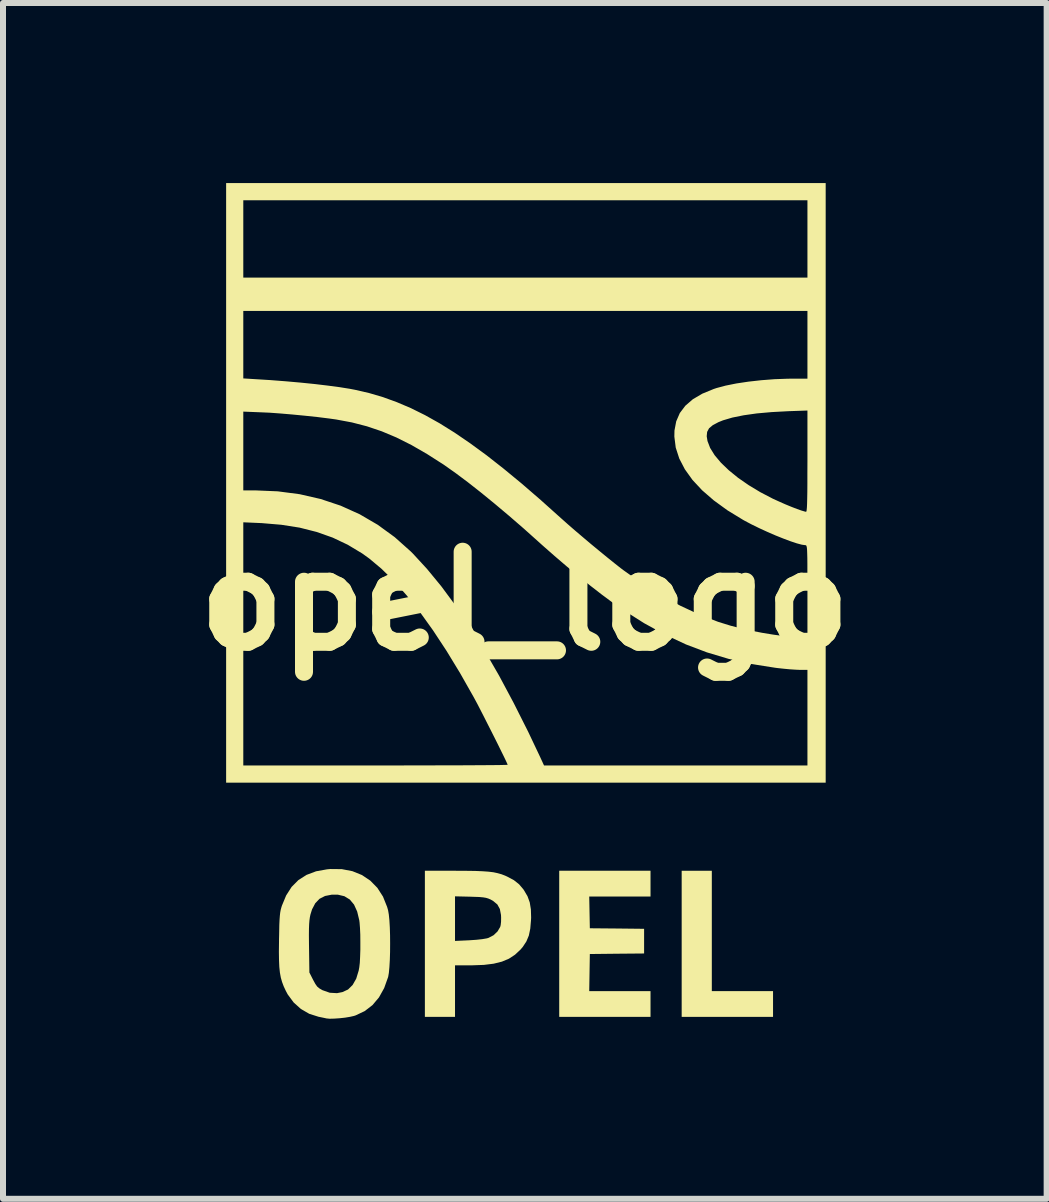
<source format=kicad_pcb>
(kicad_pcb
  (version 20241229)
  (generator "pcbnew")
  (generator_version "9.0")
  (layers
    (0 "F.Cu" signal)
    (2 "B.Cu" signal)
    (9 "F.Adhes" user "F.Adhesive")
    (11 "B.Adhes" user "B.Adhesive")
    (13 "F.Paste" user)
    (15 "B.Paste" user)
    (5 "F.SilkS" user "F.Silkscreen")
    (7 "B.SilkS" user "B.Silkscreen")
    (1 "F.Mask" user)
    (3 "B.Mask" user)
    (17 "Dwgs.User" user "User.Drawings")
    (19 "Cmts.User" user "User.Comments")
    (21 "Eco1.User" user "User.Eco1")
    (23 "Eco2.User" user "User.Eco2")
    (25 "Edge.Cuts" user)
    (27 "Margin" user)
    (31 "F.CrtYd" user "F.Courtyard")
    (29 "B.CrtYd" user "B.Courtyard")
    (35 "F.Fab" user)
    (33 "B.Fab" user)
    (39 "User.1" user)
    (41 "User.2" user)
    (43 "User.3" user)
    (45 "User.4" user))
  (footprint "opel_logo"
    (layer "F.Cu")
    (at 5.693 6.963)
    (property "Reference" "opel_logo" (at 0 0 0) (layer "F.SilkS") (effects (font (size 1.5 1.5) (thickness 0.3))))
    (attr board_only exclude_from_pos_files exclude_from_bom)
    (fp_poly (pts (xy 3.115 5.495) (xy 3.115 6.498) (xy 3.625 6.498) (xy 4.135 6.498) (xy 4.135 6.712) (xy 4.135 6.927) (xy 3.374 6.927) (xy 2.613 6.927) (xy 2.613 5.71) (xy 2.613 4.493) (xy 2.864 4.493) (xy 3.115 4.493)) (stroke (width 0) (type solid)) (fill yes) (layer "F.SilkS"))
    (fp_poly (pts (xy 2.094 4.708) (xy 2.094 4.922) (xy 1.584 4.922) (xy 1.073 4.922) (xy 1.078 5.187) (xy 1.083 5.451) (xy 1.535 5.455) (xy 1.987 5.46) (xy 1.987 5.665) (xy 1.987 5.871) (xy 1.535 5.875) (xy 1.083 5.88) (xy 1.078 6.189) (xy 1.073 6.498) (xy 1.584 6.498) (xy 2.094 6.498) (xy 2.094 6.712) (xy 2.094 6.927) (xy 1.334 6.927) (xy 0.573 6.927) (xy 0.573 5.71) (xy 0.573 4.493) (xy 1.334 4.493) (xy 2.094 4.493)) (stroke (width 0) (type solid)) (fill yes) (layer "F.SilkS"))
    (fp_poly (pts (xy -1.15 4.493) (xy -0.972 4.494) (xy -0.825 4.496) (xy -0.705 4.501) (xy -0.606 4.508) (xy -0.523 4.518) (xy -0.453 4.533) (xy -0.389 4.551) (xy -0.329 4.574) (xy -0.294 4.59) (xy -0.183 4.649) (xy -0.096 4.718) (xy -0.023 4.804) (xy -0.012 4.821) (xy 0.045 4.918) (xy 0.082 5.02) (xy 0.101 5.136) (xy 0.105 5.273) (xy 0.103 5.314) (xy 0.091 5.456) (xy 0.067 5.572) (xy 0.026 5.67) (xy -0.033 5.76) (xy -0.071 5.805) (xy -0.163 5.891) (xy -0.265 5.958) (xy -0.382 6.007) (xy -0.519 6.041) (xy -0.681 6.061) (xy -0.872 6.068) (xy -0.889 6.068) (xy -1.163 6.068) (xy -1.163 6.498) (xy -1.163 6.927) (xy -1.414 6.927) (xy -1.665 6.927) (xy -1.665 5.71) (xy -1.665 5.291) (xy -1.163 5.291) (xy -1.163 5.662) (xy -0.926 5.651) (xy -0.809 5.643) (xy -0.708 5.632) (xy -0.632 5.619) (xy -0.605 5.611) (xy -0.521 5.567) (xy -0.454 5.503) (xy -0.41 5.428) (xy -0.402 5.397) (xy -0.396 5.342) (xy -0.395 5.271) (xy -0.397 5.229) (xy -0.416 5.13) (xy -0.458 5.054) (xy -0.529 4.995) (xy -0.568 4.973) (xy -0.607 4.956) (xy -0.647 4.944) (xy -0.695 4.936) (xy -0.761 4.93) (xy -0.85 4.927) (xy -0.908 4.925) (xy -1.163 4.919) (xy -1.163 5.291) (xy -1.665 5.291) (xy -1.665 4.493)) (stroke (width 0) (type solid)) (fill yes) (layer "F.SilkS"))
    (fp_poly (pts (xy -3.048 4.466) (xy -2.872 4.5) (xy -2.714 4.564) (xy -2.575 4.657) (xy -2.457 4.777) (xy -2.363 4.923) (xy -2.294 5.095) (xy -2.278 5.151) (xy -2.266 5.22) (xy -2.256 5.318) (xy -2.249 5.437) (xy -2.245 5.569) (xy -2.244 5.709) (xy -2.245 5.848) (xy -2.249 5.98) (xy -2.256 6.098) (xy -2.265 6.194) (xy -2.277 6.263) (xy -2.278 6.265) (xy -2.343 6.447) (xy -2.43 6.603) (xy -2.538 6.731) (xy -2.668 6.831) (xy -2.818 6.902) (xy -2.845 6.911) (xy -2.911 6.926) (xy -2.995 6.94) (xy -3.087 6.95) (xy -3.176 6.956) (xy -3.251 6.958) (xy -3.303 6.953) (xy -3.34 6.945) (xy -3.397 6.933) (xy -3.437 6.925) (xy -3.591 6.876) (xy -3.73 6.796) (xy -3.851 6.687) (xy -3.95 6.553) (xy -3.982 6.493) (xy -4.017 6.418) (xy -4.044 6.346) (xy -4.065 6.272) (xy -4.08 6.19) (xy -4.09 6.094) (xy -4.095 5.981) (xy -4.097 5.843) (xy -4.095 5.675) (xy -4.095 5.647) (xy -4.093 5.562) (xy -3.597 5.562) (xy -3.596 5.692) (xy -3.595 5.763) (xy -3.589 6.188) (xy -3.526 6.312) (xy -3.49 6.378) (xy -3.459 6.422) (xy -3.422 6.453) (xy -3.37 6.483) (xy -3.366 6.484) (xy -3.25 6.525) (xy -3.129 6.532) (xy -3.038 6.514) (xy -2.945 6.471) (xy -2.869 6.396) (xy -2.809 6.291) (xy -2.768 6.157) (xy -2.758 6.103) (xy -2.749 6.027) (xy -2.744 5.926) (xy -2.74 5.807) (xy -2.74 5.682) (xy -2.741 5.558) (xy -2.746 5.446) (xy -2.753 5.355) (xy -2.758 5.317) (xy -2.793 5.172) (xy -2.845 5.057) (xy -2.916 4.972) (xy -3.006 4.917) (xy -3.116 4.891) (xy -3.215 4.891) (xy -3.328 4.913) (xy -3.42 4.96) (xy -3.491 5.034) (xy -3.545 5.137) (xy -3.572 5.224) (xy -3.581 5.268) (xy -3.588 5.319) (xy -3.593 5.381) (xy -3.596 5.46) (xy -3.597 5.562) (xy -4.093 5.562) (xy -4.092 5.506) (xy -4.09 5.395) (xy -4.086 5.309) (xy -4.081 5.242) (xy -4.075 5.189) (xy -4.067 5.145) (xy -4.056 5.104) (xy -4.047 5.075) (xy -3.976 4.904) (xy -3.885 4.762) (xy -3.772 4.648) (xy -3.637 4.562) (xy -3.478 4.502) (xy -3.295 4.469) (xy -3.24 4.464)) (stroke (width 0) (type solid)) (fill yes) (layer "F.SilkS"))
    (fp_poly (pts (xy 5.012 -1.969) (xy 5.012 3.025) (xy 0.018 3.025) (xy -4.976 3.025) (xy -4.976 0.713) (xy -4.69 0.713) (xy -4.69 2.739) (xy -2.488 2.739) (xy -2.211 2.739) (xy -1.943 2.738) (xy -1.688 2.738) (xy -1.447 2.737) (xy -1.223 2.737) (xy -1.018 2.736) (xy -0.833 2.735) (xy -0.672 2.734) (xy -0.536 2.733) (xy -0.427 2.732) (xy -0.348 2.73) (xy -0.3 2.729) (xy -0.286 2.728) (xy -0.294 2.707) (xy -0.316 2.659) (xy -0.35 2.588) (xy -0.394 2.499) (xy -0.445 2.395) (xy -0.502 2.281) (xy -0.562 2.162) (xy -0.623 2.042) (xy -0.682 1.925) (xy -0.738 1.816) (xy -0.788 1.719) (xy -0.831 1.639) (xy -0.851 1.602) (xy -1.08 1.198) (xy -1.306 0.827) (xy -1.53 0.487) (xy -1.75 0.18) (xy -1.967 -0.093) (xy -2.179 -0.333) (xy -2.388 -0.538) (xy -2.592 -0.709) (xy -2.709 -0.793) (xy -2.95 -0.938) (xy -3.201 -1.057) (xy -3.467 -1.151) (xy -3.751 -1.223) (xy -4.057 -1.271) (xy -4.389 -1.299) (xy -4.417 -1.3) (xy -4.69 -1.312) (xy -4.69 0.713) (xy -4.976 0.713) (xy -4.976 -1.969) (xy -4.976 -2.5) (xy -4.69 -2.5) (xy -4.69 -1.844) (xy -4.497 -1.844) (xy -4.116 -1.828) (xy -3.75 -1.78) (xy -3.401 -1.7) (xy -3.068 -1.589) (xy -2.751 -1.446) (xy -2.451 -1.271) (xy -2.168 -1.065) (xy -1.902 -0.828) (xy -1.864 -0.79) (xy -1.63 -0.536) (xy -1.393 -0.248) (xy -1.154 0.075) (xy -0.913 0.432) (xy -0.672 0.821) (xy -0.429 1.242) (xy -0.187 1.695) (xy 0.056 2.178) (xy 0.252 2.591) (xy 0.32 2.739) (xy 2.514 2.739) (xy 4.708 2.739) (xy 4.708 1.942) (xy 4.708 1.146) (xy 4.574 1.146) (xy 4.507 1.143) (xy 4.416 1.137) (xy 4.31 1.127) (xy 4.2 1.115) (xy 4.164 1.11) (xy 3.77 1.048) (xy 3.395 0.963) (xy 3.034 0.855) (xy 2.683 0.722) (xy 2.336 0.56) (xy 1.988 0.369) (xy 1.634 0.145) (xy 1.602 0.124) (xy 1.452 0.018) (xy 1.281 -0.109) (xy 1.094 -0.254) (xy 0.898 -0.412) (xy 0.695 -0.58) (xy 0.492 -0.754) (xy 0.292 -0.93) (xy 0.231 -0.985) (xy -0.018 -1.208) (xy -0.264 -1.421) (xy -0.503 -1.622) (xy -0.732 -1.809) (xy -0.947 -1.978) (xy -1.146 -2.127) (xy -1.324 -2.253) (xy -1.351 -2.272) (xy -1.628 -2.449) (xy -1.888 -2.599) (xy -2.139 -2.725) (xy -2.384 -2.828) (xy -2.63 -2.911) (xy -2.881 -2.976) (xy -3.144 -3.025) (xy -3.258 -3.041) (xy -3.458 -3.066) (xy -3.666 -3.088) (xy -3.874 -3.108) (xy -4.073 -3.125) (xy -4.253 -3.138) (xy -4.39 -3.144) (xy -4.69 -3.156) (xy -4.69 -2.5) (xy -4.976 -2.5) (xy -4.976 -4.271) (xy -4.69 -4.271) (xy -4.69 -3.709) (xy -4.497 -3.697) (xy -4.238 -3.681) (xy -3.981 -3.661) (xy -3.733 -3.639) (xy -3.497 -3.615) (xy -3.279 -3.589) (xy -3.084 -3.563) (xy -2.916 -3.536) (xy -2.827 -3.519) (xy -2.593 -3.465) (xy -2.362 -3.397) (xy -2.131 -3.313) (xy -1.898 -3.214) (xy -1.662 -3.097) (xy -1.419 -2.961) (xy -1.169 -2.805) (xy -0.91 -2.628) (xy -0.638 -2.429) (xy -0.354 -2.206) (xy -0.053 -1.958) (xy 0.264 -1.684) (xy 0.601 -1.382) (xy 0.626 -1.36) (xy 0.719 -1.277) (xy 0.833 -1.178) (xy 0.96 -1.07) (xy 1.096 -0.955) (xy 1.234 -0.841) (xy 1.367 -0.732) (xy 1.49 -0.633) (xy 1.595 -0.55) (xy 1.647 -0.511) (xy 1.952 -0.294) (xy 2.267 -0.098) (xy 2.587 0.076) (xy 2.906 0.225) (xy 3.22 0.346) (xy 3.43 0.411) (xy 3.592 0.453) (xy 3.769 0.493) (xy 3.954 0.529) (xy 4.137 0.559) (xy 4.311 0.583) (xy 4.467 0.6) (xy 4.596 0.607) (xy 4.708 0.609) (xy 4.708 -0.161) (xy 4.708 -0.347) (xy 4.707 -0.5) (xy 4.707 -0.624) (xy 4.706 -0.722) (xy 4.704 -0.796) (xy 4.702 -0.85) (xy 4.699 -0.887) (xy 4.694 -0.911) (xy 4.689 -0.924) (xy 4.682 -0.93) (xy 4.674 -0.931) (xy 4.672 -0.931) (xy 4.615 -0.939) (xy 4.532 -0.961) (xy 4.427 -0.996) (xy 4.307 -1.041) (xy 4.177 -1.093) (xy 4.041 -1.152) (xy 3.906 -1.214) (xy 3.777 -1.277) (xy 3.658 -1.34) (xy 3.635 -1.353) (xy 3.375 -1.512) (xy 3.148 -1.677) (xy 2.954 -1.845) (xy 2.793 -2.018) (xy 2.666 -2.195) (xy 2.573 -2.374) (xy 2.514 -2.556) (xy 2.491 -2.739) (xy 2.491 -2.746) (xy 3.03 -2.746) (xy 3.043 -2.666) (xy 3.087 -2.551) (xy 3.162 -2.43) (xy 3.267 -2.305) (xy 3.398 -2.179) (xy 3.553 -2.053) (xy 3.729 -1.931) (xy 3.923 -1.814) (xy 4.132 -1.705) (xy 4.233 -1.659) (xy 4.339 -1.612) (xy 4.441 -1.57) (xy 4.534 -1.534) (xy 4.611 -1.507) (xy 4.666 -1.491) (xy 4.685 -1.487) (xy 4.691 -1.494) (xy 4.695 -1.516) (xy 4.699 -1.557) (xy 4.702 -1.619) (xy 4.704 -1.704) (xy 4.706 -1.815) (xy 4.707 -1.954) (xy 4.707 -2.124) (xy 4.708 -2.328) (xy 4.708 -2.33) (xy 4.708 -3.174) (xy 4.39 -3.163) (xy 4.113 -3.148) (xy 3.865 -3.126) (xy 3.646 -3.095) (xy 3.458 -3.057) (xy 3.302 -3.011) (xy 3.225 -2.98) (xy 3.131 -2.93) (xy 3.069 -2.878) (xy 3.037 -2.818) (xy 3.03 -2.746) (xy 2.491 -2.746) (xy 2.493 -2.841) (xy 2.522 -2.994) (xy 2.582 -3.132) (xy 2.674 -3.254) (xy 2.799 -3.362) (xy 2.957 -3.455) (xy 3.147 -3.533) (xy 3.195 -3.549) (xy 3.345 -3.589) (xy 3.524 -3.625) (xy 3.724 -3.655) (xy 3.938 -3.679) (xy 4.158 -3.696) (xy 4.378 -3.704) (xy 4.478 -3.705) (xy 4.708 -3.705) (xy 4.708 -4.269) (xy 4.708 -4.833) (xy 0.009 -4.833) (xy -4.69 -4.833) (xy -4.69 -4.271) (xy -4.976 -4.271) (xy -4.976 -6.032) (xy -4.69 -6.032) (xy -4.69 -5.388) (xy 0.009 -5.388) (xy 4.708 -5.388) (xy 4.708 -6.032) (xy 4.708 -6.677) (xy 0.009 -6.677) (xy -4.69 -6.677) (xy -4.69 -6.032) (xy -4.976 -6.032) (xy -4.976 -6.963) (xy 0.018 -6.963) (xy 5.012 -6.963)) (stroke (width 0) (type solid)) (fill yes) (layer "F.SilkS")))
  (gr_rect
    (start -3 -3)
    (end 14.386 16.921)
    (stroke (width 0.1) (type default))
    (fill no)
    (layer "Edge.Cuts")))
</source>
